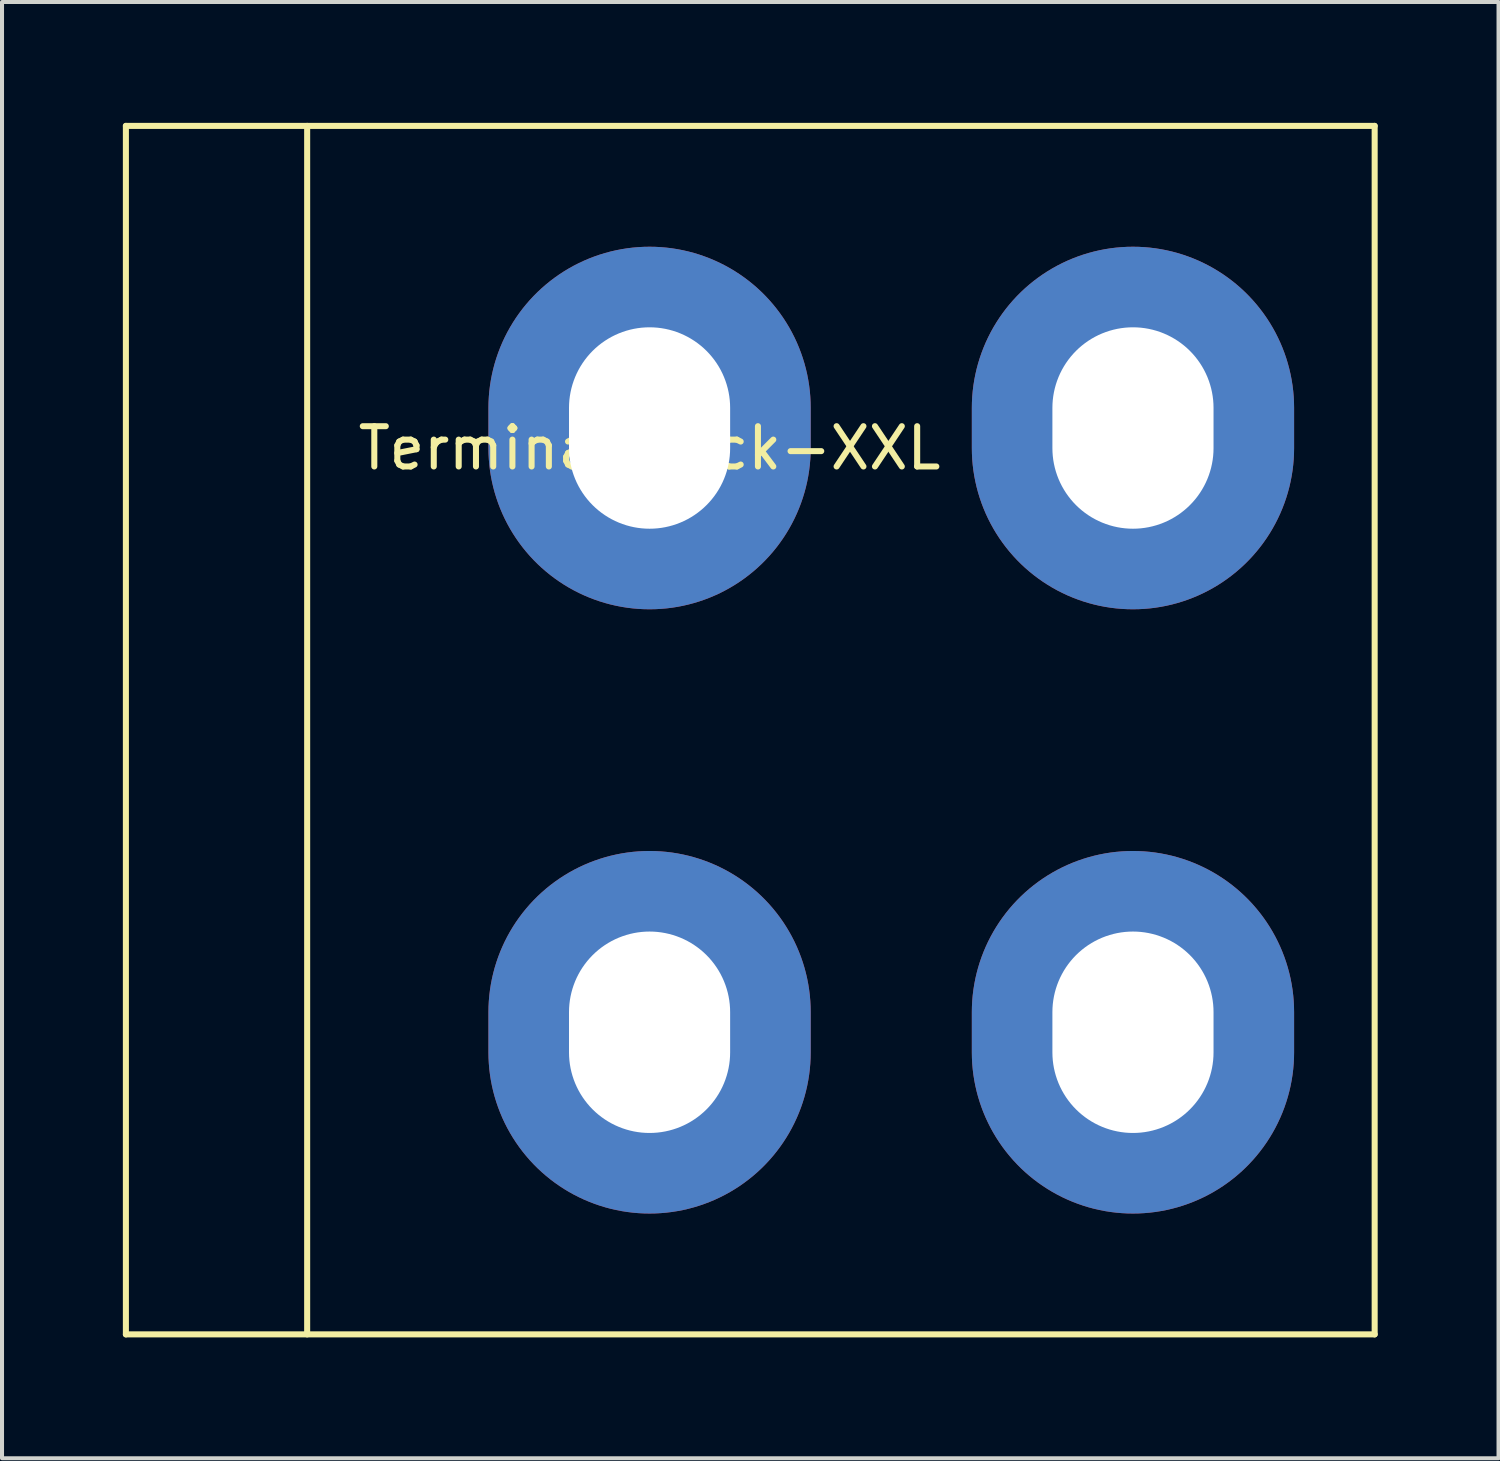
<source format=kicad_pcb>
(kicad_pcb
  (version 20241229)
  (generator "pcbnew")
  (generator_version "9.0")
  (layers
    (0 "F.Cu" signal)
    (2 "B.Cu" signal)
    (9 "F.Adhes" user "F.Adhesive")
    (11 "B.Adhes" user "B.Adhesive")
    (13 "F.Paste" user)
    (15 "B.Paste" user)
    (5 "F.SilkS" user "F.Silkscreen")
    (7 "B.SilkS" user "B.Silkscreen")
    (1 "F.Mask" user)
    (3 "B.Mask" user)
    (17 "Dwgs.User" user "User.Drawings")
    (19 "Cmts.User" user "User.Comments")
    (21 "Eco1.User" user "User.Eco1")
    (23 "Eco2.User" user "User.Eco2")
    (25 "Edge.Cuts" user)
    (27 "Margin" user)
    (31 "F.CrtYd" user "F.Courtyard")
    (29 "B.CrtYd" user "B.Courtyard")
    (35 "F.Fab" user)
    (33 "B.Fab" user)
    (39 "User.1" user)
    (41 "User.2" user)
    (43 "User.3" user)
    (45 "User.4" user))
  (footprint "TerminalBlock-XXL"
    (layer "F.Cu")
    (at 16.575 15.575)
    (property "Reference" "TerminalBlock-XXL" (at -3.5 -7.5 0) (layer "F.SilkS") (effects (font (size 1 1) (thickness 0.15))))
    (attr through_hole)
    (fp_line (start -16.5 -15.5) (end -16.5 14.5) (stroke (width 0.15) (type solid)) (layer "F.SilkS"))
    (fp_line (start -16.5 14.5) (end 14.5 14.5) (stroke (width 0.15) (type solid)) (layer "F.SilkS"))
    (fp_line (start -12 -15.5) (end -12 14.5) (stroke (width 0.15) (type solid)) (layer "F.SilkS"))
    (fp_line (start 14.5 -15.5) (end -16.5 -15.5) (stroke (width 0.15) (type solid)) (layer "F.SilkS"))
    (fp_line (start 14.5 -15.5) (end 14.5 14.5) (stroke (width 0.15) (type solid)) (layer "F.SilkS"))
    (pad "1" thru_hole oval (at -3.5 -8 90) (size 9 8) (drill oval 5 4) (layers "*.Cu" "*.Mask"))
    (pad "1" thru_hole oval (at 8.5 -8 90) (size 9 8) (drill oval 5 4) (layers "*.Cu" "*.Mask"))
    (pad "2" thru_hole oval (at -3.5 7 90) (size 9 8) (drill oval 5 4) (layers "*.Cu" "*.Mask"))
    (pad "2" thru_hole oval (at 8.5 7 90) (size 9 8) (drill oval 5 4) (layers "*.Cu" "*.Mask")))
  (gr_rect
    (start -3 -3)
    (end 34.15 33.15)
    (stroke (width 0.1) (type default))
    (fill no)
    (layer "Edge.Cuts")))
</source>
